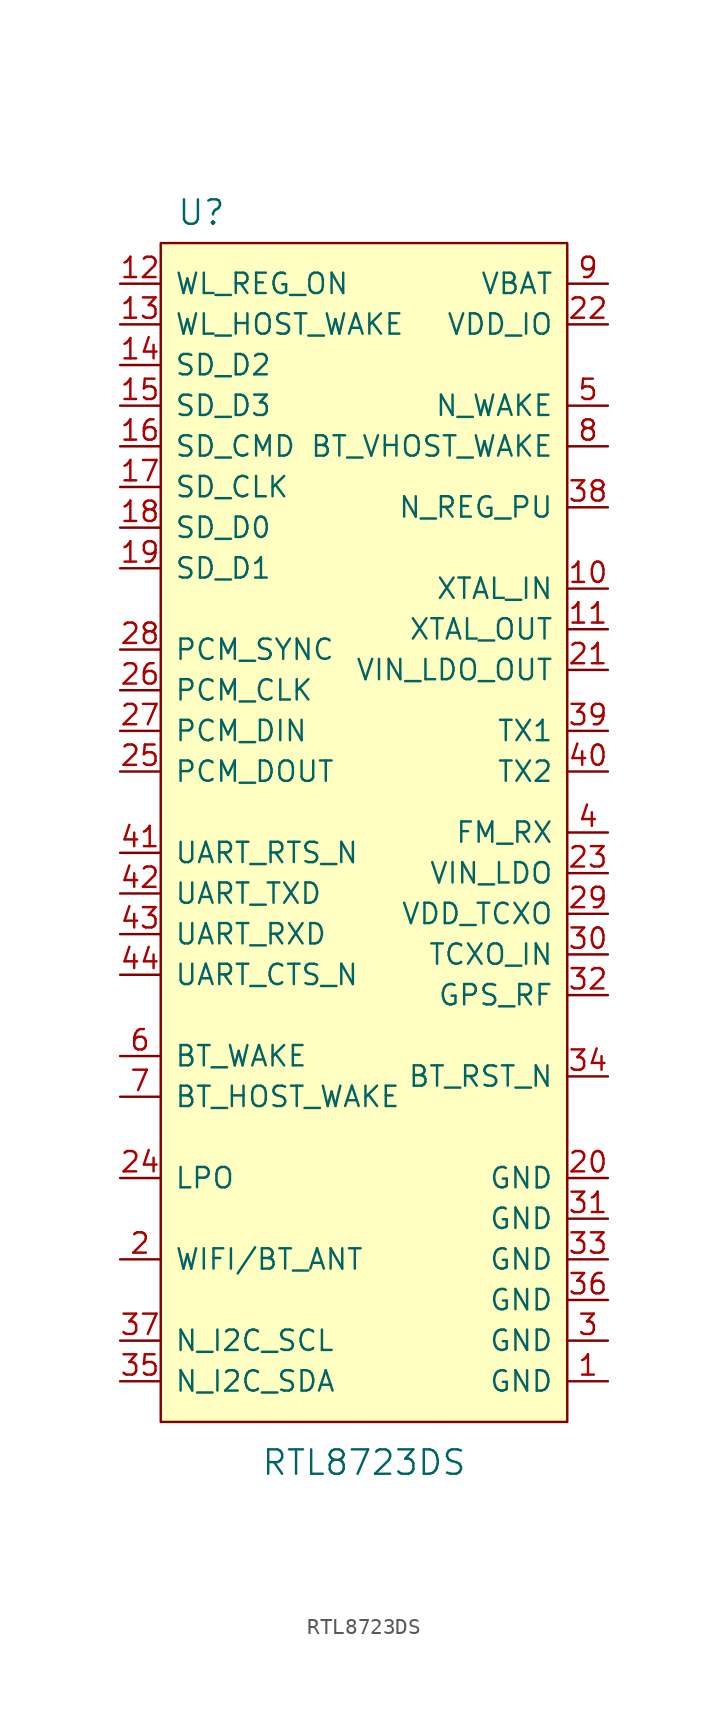
<source format=kicad_sym>
(kicad_symbol_lib
  (version 20220914)
  (generator kicad_symbol_editor)
  (symbol "RTL8723DS"
    (pin_names
      (offset 0.889))
    (property "Reference" "U"
      (at -10.16 34.925 0)
      (effects (font (size 1.524 1.524))))
    (property "Value" "RTL8723DS"
      (at 0 -43.18 0)
      (effects (font (size 1.524 1.524))))
    (property "Footprint" ""
      (at 0 -5.08 0)
      (effects (font (size 1.524 1.524))))
    (property "Datasheet" ""
      (at 0 -5.08 0)
      (effects (font (size 1.524 1.524))))
    (symbol "RTL8723DS_1_1"
      (rectangle (start -12.7 33.02) (end 12.7 -40.64) (stroke (width 0) (type solid)) (fill (type background)))
      (pin power_in line (at 15.24 -38.1 180) (length 2.489) (name "GND" (effects (font (size 1.27 1.27)))) (number "1" (effects (font (size 1.27 1.27)))))
      (pin input line (at 15.24 11.43 180) (length 2.489) (name "XTAL_IN" (effects (font (size 1.27 1.27)))) (number "10" (effects (font (size 1.27 1.27)))))
      (pin output line (at 15.24 8.89 180) (length 2.489) (name "XTAL_OUT" (effects (font (size 1.27 1.27)))) (number "11" (effects (font (size 1.27 1.27)))))
      (pin bidirectional line (at -15.24 30.48 0) (length 2.489) (name "WL_REG_ON" (effects (font (size 1.27 1.27)))) (number "12" (effects (font (size 1.27 1.27)))))
      (pin input line (at -15.24 27.94 0) (length 2.489) (name "WL_HOST_WAKE" (effects (font (size 1.27 1.27)))) (number "13" (effects (font (size 1.27 1.27)))))
      (pin bidirectional line (at -15.24 25.4 0) (length 2.489) (name "SD_D2" (effects (font (size 1.27 1.27)))) (number "14" (effects (font (size 1.27 1.27)))))
      (pin bidirectional line (at -15.24 22.86 0) (length 2.489) (name "SD_D3" (effects (font (size 1.27 1.27)))) (number "15" (effects (font (size 1.27 1.27)))))
      (pin bidirectional line (at -15.24 20.32 0) (length 2.489) (name "SD_CMD" (effects (font (size 1.27 1.27)))) (number "16" (effects (font (size 1.27 1.27)))))
      (pin input line (at -15.24 17.78 0) (length 2.489) (name "SD_CLK" (effects (font (size 1.27 1.27)))) (number "17" (effects (font (size 1.27 1.27)))))
      (pin bidirectional line (at -15.24 15.24 0) (length 2.489) (name "SD_D0" (effects (font (size 1.27 1.27)))) (number "18" (effects (font (size 1.27 1.27)))))
      (pin bidirectional line (at -15.24 12.7 0) (length 2.489) (name "SD_D1" (effects (font (size 1.27 1.27)))) (number "19" (effects (font (size 1.27 1.27)))))
      (pin bidirectional line (at -15.24 -30.48 0) (length 2.489) (name "WIFI/BT_ANT" (effects (font (size 1.27 1.27)))) (number "2" (effects (font (size 1.27 1.27)))))
      (pin power_in line (at 15.24 -25.4 180) (length 2.489) (name "GND" (effects (font (size 1.27 1.27)))) (number "20" (effects (font (size 1.27 1.27)))))
      (pin output line (at 15.24 6.35 180) (length 2.489) (name "VIN_LDO_OUT" (effects (font (size 1.27 1.27)))) (number "21" (effects (font (size 1.27 1.27)))))
      (pin power_in line (at 15.24 27.94 180) (length 2.489) (name "VDD_IO" (effects (font (size 1.27 1.27)))) (number "22" (effects (font (size 1.27 1.27)))))
      (pin power_in line (at 15.24 -6.35 180) (length 2.489) (name "VIN_LDO" (effects (font (size 1.27 1.27)))) (number "23" (effects (font (size 1.27 1.27)))))
      (pin bidirectional line (at -15.24 -25.4 0) (length 2.489) (name "LPO" (effects (font (size 1.27 1.27)))) (number "24" (effects (font (size 1.27 1.27)))))
      (pin output line (at -15.24 0 0) (length 2.489) (name "PCM_DOUT" (effects (font (size 1.27 1.27)))) (number "25" (effects (font (size 1.27 1.27)))))
      (pin input line (at -15.24 5.08 0) (length 2.489) (name "PCM_CLK" (effects (font (size 1.27 1.27)))) (number "26" (effects (font (size 1.27 1.27)))))
      (pin input line (at -15.24 2.54 0) (length 2.489) (name "PCM_DIN" (effects (font (size 1.27 1.27)))) (number "27" (effects (font (size 1.27 1.27)))))
      (pin input line (at -15.24 7.62 0) (length 2.489) (name "PCM_SYNC" (effects (font (size 1.27 1.27)))) (number "28" (effects (font (size 1.27 1.27)))))
      (pin power_in line (at 15.24 -8.89 180) (length 2.489) (name "VDD_TCXO" (effects (font (size 1.27 1.27)))) (number "29" (effects (font (size 1.27 1.27)))))
      (pin power_in line (at 15.24 -35.56 180) (length 2.489) (name "GND" (effects (font (size 1.27 1.27)))) (number "3" (effects (font (size 1.27 1.27)))))
      (pin input line (at 15.24 -11.43 180) (length 2.489) (name "TCXO_IN" (effects (font (size 1.27 1.27)))) (number "30" (effects (font (size 1.27 1.27)))))
      (pin power_in line (at 15.24 -27.94 180) (length 2.489) (name "GND" (effects (font (size 1.27 1.27)))) (number "31" (effects (font (size 1.27 1.27)))))
      (pin output line (at 15.24 -13.97 180) (length 2.489) (name "GPS_RF" (effects (font (size 1.27 1.27)))) (number "32" (effects (font (size 1.27 1.27)))))
      (pin power_in line (at 15.24 -30.48 180) (length 2.489) (name "GND" (effects (font (size 1.27 1.27)))) (number "33" (effects (font (size 1.27 1.27)))))
      (pin input line (at 15.24 -19.05 180) (length 2.489) (name "BT_RST_N" (effects (font (size 1.27 1.27)))) (number "34" (effects (font (size 1.27 1.27)))))
      (pin bidirectional line (at -15.24 -38.1 0) (length 2.489) (name "N_I2C_SDA" (effects (font (size 1.27 1.27)))) (number "35" (effects (font (size 1.27 1.27)))))
      (pin power_in line (at 15.24 -33.02 180) (length 2.489) (name "GND" (effects (font (size 1.27 1.27)))) (number "36" (effects (font (size 1.27 1.27)))))
      (pin input line (at -15.24 -35.56 0) (length 2.489) (name "N_I2C_SCL" (effects (font (size 1.27 1.27)))) (number "37" (effects (font (size 1.27 1.27)))))
      (pin output line (at 15.24 16.51 180) (length 2.489) (name "N_REG_PU" (effects (font (size 1.27 1.27)))) (number "38" (effects (font (size 1.27 1.27)))))
      (pin output line (at 15.24 2.54 180) (length 2.489) (name "TX1" (effects (font (size 1.27 1.27)))) (number "39" (effects (font (size 1.27 1.27)))))
      (pin input line (at 15.24 -3.81 180) (length 2.489) (name "FM_RX" (effects (font (size 1.27 1.27)))) (number "4" (effects (font (size 1.27 1.27)))))
      (pin output line (at 15.24 0 180) (length 2.489) (name "TX2" (effects (font (size 1.27 1.27)))) (number "40" (effects (font (size 1.27 1.27)))))
      (pin output line (at -15.24 -5.08 0) (length 2.489) (name "UART_RTS_N" (effects (font (size 1.27 1.27)))) (number "41" (effects (font (size 1.27 1.27)))))
      (pin output line (at -15.24 -7.62 0) (length 2.489) (name "UART_TXD" (effects (font (size 1.27 1.27)))) (number "42" (effects (font (size 1.27 1.27)))))
      (pin input line (at -15.24 -10.16 0) (length 2.489) (name "UART_RXD" (effects (font (size 1.27 1.27)))) (number "43" (effects (font (size 1.27 1.27)))))
      (pin input line (at -15.24 -12.7 0) (length 2.489) (name "UART_CTS_N" (effects (font (size 1.27 1.27)))) (number "44" (effects (font (size 1.27 1.27)))))
      (pin input line (at 15.24 22.86 180) (length 2.489) (name "N_WAKE" (effects (font (size 1.27 1.27)))) (number "5" (effects (font (size 1.27 1.27)))))
      (pin input line (at -15.24 -17.78 0) (length 2.489) (name "BT_WAKE" (effects (font (size 1.27 1.27)))) (number "6" (effects (font (size 1.27 1.27)))))
      (pin output line (at -15.24 -20.32 0) (length 2.489) (name "BT_HOST_WAKE" (effects (font (size 1.27 1.27)))) (number "7" (effects (font (size 1.27 1.27)))))
      (pin input line (at 15.24 20.32 180) (length 2.489) (name "BT_VHOST_WAKE" (effects (font (size 1.27 1.27)))) (number "8" (effects (font (size 1.27 1.27)))))
      (pin power_in line (at 15.24 30.48 180) (length 2.489) (name "VBAT" (effects (font (size 1.27 1.27)))) (number "9" (effects (font (size 1.27 1.27))))))))
</source>
